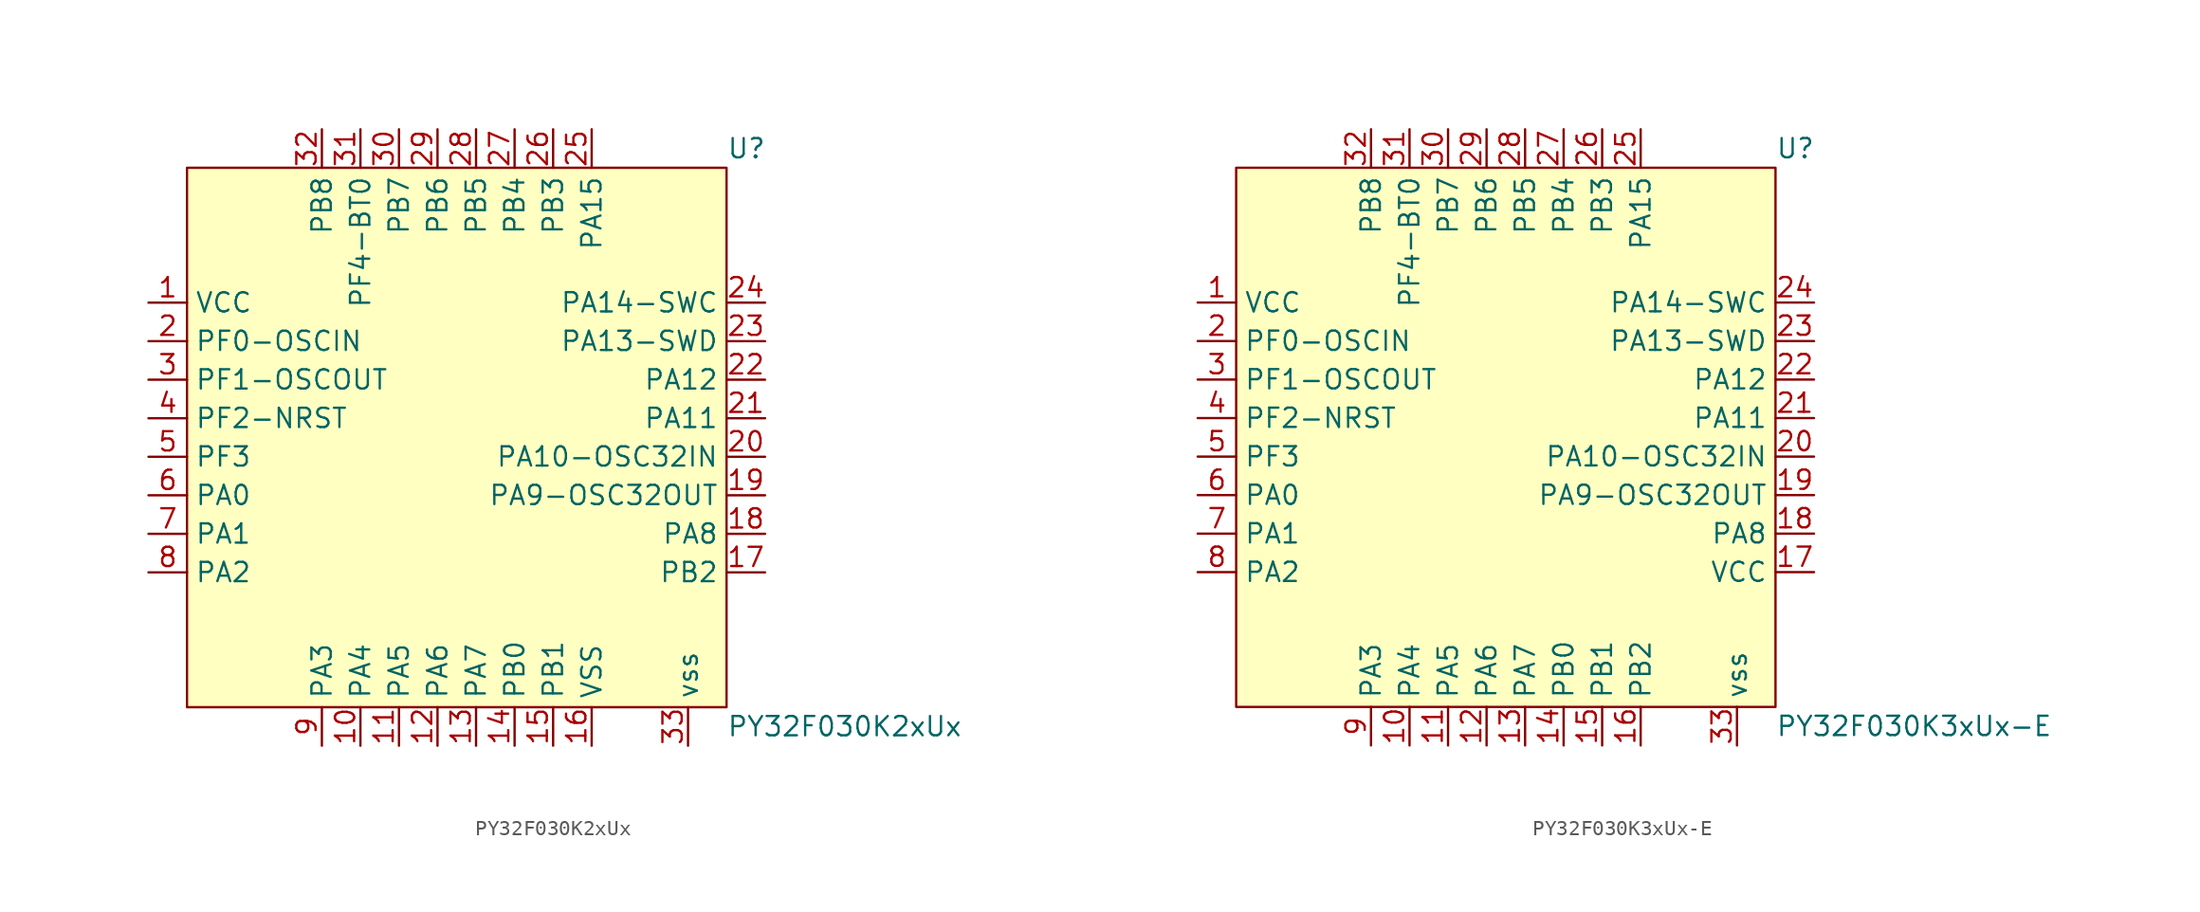
<source format=kicad_sym>
(kicad_symbol_lib
  (version 20241209)
  (generator "kicad_symbol_editor")
  (generator_version "9.0")
  (symbol "PY32F030K2xUx"
    (property "Reference" "U"
      (at 17.78 19.05 0)
      (effects (font (size 1.27 1.27)) (justify left)))
    (property "Value" "PY32F030K2xUx"
      (at 17.78 -19.05 0)
      (effects (font (size 1.27 1.27)) (justify left)))
    (symbol "PY32F030K2xUx_0_0"
      (pin unspecified line (at -20.32 8.89 0) (length 2.54) (name "VCC" (effects (font (size 1.27 1.27)))) (number "1" (effects (font (size 1.27 1.27)))))
      (pin unspecified line (at -20.32 6.35 0) (length 2.54) (name "PF0-OSCIN" (effects (font (size 1.27 1.27)))) (number "2" (effects (font (size 1.27 1.27)))))
      (pin unspecified line (at -20.32 1.27 0) (length 2.54) (name "PF2-NRST" (effects (font (size 1.27 1.27)))) (number "4" (effects (font (size 1.27 1.27)))))
      (pin unspecified line (at -20.32 -1.27 0) (length 2.54) (name "PF3" (effects (font (size 1.27 1.27)))) (number "5" (effects (font (size 1.27 1.27)))))
      (pin unspecified line (at -20.32 -3.81 0) (length 2.54) (name "PA0" (effects (font (size 1.27 1.27)))) (number "6" (effects (font (size 1.27 1.27)))))
      (pin unspecified line (at -20.32 -6.35 0) (length 2.54) (name "PA1" (effects (font (size 1.27 1.27)))) (number "7" (effects (font (size 1.27 1.27)))))
      (pin unspecified line (at -20.32 -8.89 0) (length 2.54) (name "PA2" (effects (font (size 1.27 1.27)))) (number "8" (effects (font (size 1.27 1.27)))))
      (pin unspecified line (at -8.89 20.32 270) (length 2.54) (name "PB8" (effects (font (size 1.27 1.27)))) (number "32" (effects (font (size 1.27 1.27)))))
      (pin unspecified line (at -8.89 -20.32 90) (length 2.54) (name "PA3" (effects (font (size 1.27 1.27)))) (number "9" (effects (font (size 1.27 1.27)))))
      (pin unspecified line (at -6.35 -20.32 90) (length 2.54) (name "PA4" (effects (font (size 1.27 1.27)))) (number "10" (effects (font (size 1.27 1.27)))))
      (pin unspecified line (at -3.81 20.32 270) (length 2.54) (name "PB7" (effects (font (size 1.27 1.27)))) (number "30" (effects (font (size 1.27 1.27)))))
      (pin unspecified line (at -3.81 -20.32 90) (length 2.54) (name "PA5" (effects (font (size 1.27 1.27)))) (number "11" (effects (font (size 1.27 1.27)))))
      (pin unspecified line (at -1.27 20.32 270) (length 2.54) (name "PB6" (effects (font (size 1.27 1.27)))) (number "29" (effects (font (size 1.27 1.27)))))
      (pin unspecified line (at -1.27 -20.32 90) (length 2.54) (name "PA6" (effects (font (size 1.27 1.27)))) (number "12" (effects (font (size 1.27 1.27)))))
      (pin unspecified line (at 1.27 20.32 270) (length 2.54) (name "PB5" (effects (font (size 1.27 1.27)))) (number "28" (effects (font (size 1.27 1.27)))))
      (pin unspecified line (at 1.27 -20.32 90) (length 2.54) (name "PA7" (effects (font (size 1.27 1.27)))) (number "13" (effects (font (size 1.27 1.27)))))
      (pin unspecified line (at 3.81 20.32 270) (length 2.54) (name "PB4" (effects (font (size 1.27 1.27)))) (number "27" (effects (font (size 1.27 1.27)))))
      (pin unspecified line (at 3.81 -20.32 90) (length 2.54) (name "PB0" (effects (font (size 1.27 1.27)))) (number "14" (effects (font (size 1.27 1.27)))))
      (pin unspecified line (at 6.35 20.32 270) (length 2.54) (name "PB3" (effects (font (size 1.27 1.27)))) (number "26" (effects (font (size 1.27 1.27)))))
      (pin unspecified line (at 6.35 -20.32 90) (length 2.54) (name "PB1" (effects (font (size 1.27 1.27)))) (number "15" (effects (font (size 1.27 1.27)))))
      (pin unspecified line (at 8.89 -20.32 90) (length 2.54) (name "VSS" (effects (font (size 1.27 1.27)))) (number "16" (effects (font (size 1.27 1.27)))))
      (pin unspecified line (at 20.32 6.35 180) (length 2.54) (name "PA13-SWD" (effects (font (size 1.27 1.27)))) (number "23" (effects (font (size 1.27 1.27)))))
      (pin unspecified line (at 20.32 3.81 180) (length 2.54) (name "PA12" (effects (font (size 1.27 1.27)))) (number "22" (effects (font (size 1.27 1.27)))))
      (pin unspecified line (at 20.32 1.27 180) (length 2.54) (name "PA11" (effects (font (size 1.27 1.27)))) (number "21" (effects (font (size 1.27 1.27)))))
      (pin unspecified line (at 20.32 -1.27 180) (length 2.54) (name "PA10-OSC32IN" (effects (font (size 1.27 1.27)))) (number "20" (effects (font (size 1.27 1.27)))))
      (pin unspecified line (at 20.32 -3.81 180) (length 2.54) (name "PA9-OSC32OUT" (effects (font (size 1.27 1.27)))) (number "19" (effects (font (size 1.27 1.27)))))
      (pin unspecified line (at 20.32 -6.35 180) (length 2.54) (name "PA8" (effects (font (size 1.27 1.27)))) (number "18" (effects (font (size 1.27 1.27)))))
      (pin unspecified line (at 20.32 -8.89 180) (length 2.54) (name "PB2" (effects (font (size 1.27 1.27)))) (number "17" (effects (font (size 1.27 1.27))))))
    (symbol "PY32F030K2xUx_1_0"
      (pin unspecified line (at -20.32 3.81 0) (length 2.54) (name "PF1-OSCOUT" (effects (font (size 1.27 1.27)))) (number "3" (effects (font (size 1.27 1.27)))))
      (pin unspecified line (at -6.35 20.32 270) (length 2.54) (name "PF4-BT0" (effects (font (size 1.27 1.27)))) (number "31" (effects (font (size 1.27 1.27)))))
      (pin unspecified line (at 8.89 20.32 270) (length 2.54) (name "PA15" (effects (font (size 1.27 1.27)))) (number "25" (effects (font (size 1.27 1.27)))))
      (pin unspecified line (at 15.24 -20.32 90) (length 2.54) (name "vss" (effects (font (size 1.27 1.27)))) (number "33" (effects (font (size 1.27 1.27)))))
      (pin unspecified line (at 20.32 8.89 180) (length 2.54) (name "PA14-SWC" (effects (font (size 1.27 1.27)))) (number "24" (effects (font (size 1.27 1.27))))))
    (symbol "PY32F030K2xUx_1_1"
      (rectangle (start -17.78 17.78) (end 17.78 -17.78) (stroke (width 0) (type solid)) (fill (type background)))))
  (symbol "PY32F030K3xUx-E"
    (property "Reference" "U"
      (at 17.78 19.05 0)
      (effects (font (size 1.27 1.27)) (justify left)))
    (property "Value" "PY32F030K3xUx-E"
      (at 17.78 -19.05 0)
      (effects (font (size 1.27 1.27)) (justify left)))
    (symbol "PY32F030K3xUx-E_0_0"
      (pin unspecified line (at -20.32 8.89 0) (length 2.54) (name "VCC" (effects (font (size 1.27 1.27)))) (number "1" (effects (font (size 1.27 1.27)))))
      (pin unspecified line (at -20.32 6.35 0) (length 2.54) (name "PF0-OSCIN" (effects (font (size 1.27 1.27)))) (number "2" (effects (font (size 1.27 1.27)))))
      (pin unspecified line (at -20.32 1.27 0) (length 2.54) (name "PF2-NRST" (effects (font (size 1.27 1.27)))) (number "4" (effects (font (size 1.27 1.27)))))
      (pin unspecified line (at -20.32 -1.27 0) (length 2.54) (name "PF3" (effects (font (size 1.27 1.27)))) (number "5" (effects (font (size 1.27 1.27)))))
      (pin unspecified line (at -20.32 -3.81 0) (length 2.54) (name "PA0" (effects (font (size 1.27 1.27)))) (number "6" (effects (font (size 1.27 1.27)))))
      (pin unspecified line (at -20.32 -6.35 0) (length 2.54) (name "PA1" (effects (font (size 1.27 1.27)))) (number "7" (effects (font (size 1.27 1.27)))))
      (pin unspecified line (at -20.32 -8.89 0) (length 2.54) (name "PA2" (effects (font (size 1.27 1.27)))) (number "8" (effects (font (size 1.27 1.27)))))
      (pin unspecified line (at -8.89 20.32 270) (length 2.54) (name "PB8" (effects (font (size 1.27 1.27)))) (number "32" (effects (font (size 1.27 1.27)))))
      (pin unspecified line (at -8.89 -20.32 90) (length 2.54) (name "PA3" (effects (font (size 1.27 1.27)))) (number "9" (effects (font (size 1.27 1.27)))))
      (pin unspecified line (at -6.35 -20.32 90) (length 2.54) (name "PA4" (effects (font (size 1.27 1.27)))) (number "10" (effects (font (size 1.27 1.27)))))
      (pin unspecified line (at -3.81 20.32 270) (length 2.54) (name "PB7" (effects (font (size 1.27 1.27)))) (number "30" (effects (font (size 1.27 1.27)))))
      (pin unspecified line (at -3.81 -20.32 90) (length 2.54) (name "PA5" (effects (font (size 1.27 1.27)))) (number "11" (effects (font (size 1.27 1.27)))))
      (pin unspecified line (at -1.27 20.32 270) (length 2.54) (name "PB6" (effects (font (size 1.27 1.27)))) (number "29" (effects (font (size 1.27 1.27)))))
      (pin unspecified line (at -1.27 -20.32 90) (length 2.54) (name "PA6" (effects (font (size 1.27 1.27)))) (number "12" (effects (font (size 1.27 1.27)))))
      (pin unspecified line (at 1.27 20.32 270) (length 2.54) (name "PB5" (effects (font (size 1.27 1.27)))) (number "28" (effects (font (size 1.27 1.27)))))
      (pin unspecified line (at 1.27 -20.32 90) (length 2.54) (name "PA7" (effects (font (size 1.27 1.27)))) (number "13" (effects (font (size 1.27 1.27)))))
      (pin unspecified line (at 3.81 20.32 270) (length 2.54) (name "PB4" (effects (font (size 1.27 1.27)))) (number "27" (effects (font (size 1.27 1.27)))))
      (pin unspecified line (at 3.81 -20.32 90) (length 2.54) (name "PB0" (effects (font (size 1.27 1.27)))) (number "14" (effects (font (size 1.27 1.27)))))
      (pin unspecified line (at 6.35 20.32 270) (length 2.54) (name "PB3" (effects (font (size 1.27 1.27)))) (number "26" (effects (font (size 1.27 1.27)))))
      (pin unspecified line (at 6.35 -20.32 90) (length 2.54) (name "PB1" (effects (font (size 1.27 1.27)))) (number "15" (effects (font (size 1.27 1.27)))))
      (pin unspecified line (at 20.32 6.35 180) (length 2.54) (name "PA13-SWD" (effects (font (size 1.27 1.27)))) (number "23" (effects (font (size 1.27 1.27)))))
      (pin unspecified line (at 20.32 3.81 180) (length 2.54) (name "PA12" (effects (font (size 1.27 1.27)))) (number "22" (effects (font (size 1.27 1.27)))))
      (pin unspecified line (at 20.32 1.27 180) (length 2.54) (name "PA11" (effects (font (size 1.27 1.27)))) (number "21" (effects (font (size 1.27 1.27)))))
      (pin unspecified line (at 20.32 -1.27 180) (length 2.54) (name "PA10-OSC32IN" (effects (font (size 1.27 1.27)))) (number "20" (effects (font (size 1.27 1.27)))))
      (pin unspecified line (at 20.32 -3.81 180) (length 2.54) (name "PA9-OSC32OUT" (effects (font (size 1.27 1.27)))) (number "19" (effects (font (size 1.27 1.27)))))
      (pin unspecified line (at 20.32 -6.35 180) (length 2.54) (name "PA8" (effects (font (size 1.27 1.27)))) (number "18" (effects (font (size 1.27 1.27))))))
    (symbol "PY32F030K3xUx-E_1_0"
      (pin unspecified line (at -20.32 3.81 0) (length 2.54) (name "PF1-OSCOUT" (effects (font (size 1.27 1.27)))) (number "3" (effects (font (size 1.27 1.27)))))
      (pin unspecified line (at -6.35 20.32 270) (length 2.54) (name "PF4-BT0" (effects (font (size 1.27 1.27)))) (number "31" (effects (font (size 1.27 1.27)))))
      (pin unspecified line (at 8.89 20.32 270) (length 2.54) (name "PA15" (effects (font (size 1.27 1.27)))) (number "25" (effects (font (size 1.27 1.27)))))
      (pin unspecified line (at 8.89 -20.32 90) (length 2.54) (name "PB2" (effects (font (size 1.27 1.27)))) (number "16" (effects (font (size 1.27 1.27)))))
      (pin unspecified line (at 15.24 -20.32 90) (length 2.54) (name "vss" (effects (font (size 1.27 1.27)))) (number "33" (effects (font (size 1.27 1.27)))))
      (pin unspecified line (at 20.32 8.89 180) (length 2.54) (name "PA14-SWC" (effects (font (size 1.27 1.27)))) (number "24" (effects (font (size 1.27 1.27)))))
      (pin unspecified line (at 20.32 -8.89 180) (length 2.54) (name "VCC" (effects (font (size 1.27 1.27)))) (number "17" (effects (font (size 1.27 1.27))))))
    (symbol "PY32F030K3xUx-E_1_1"
      (rectangle (start -17.78 17.78) (end 17.78 -17.78) (stroke (width 0) (type solid)) (fill (type background))))))
</source>
